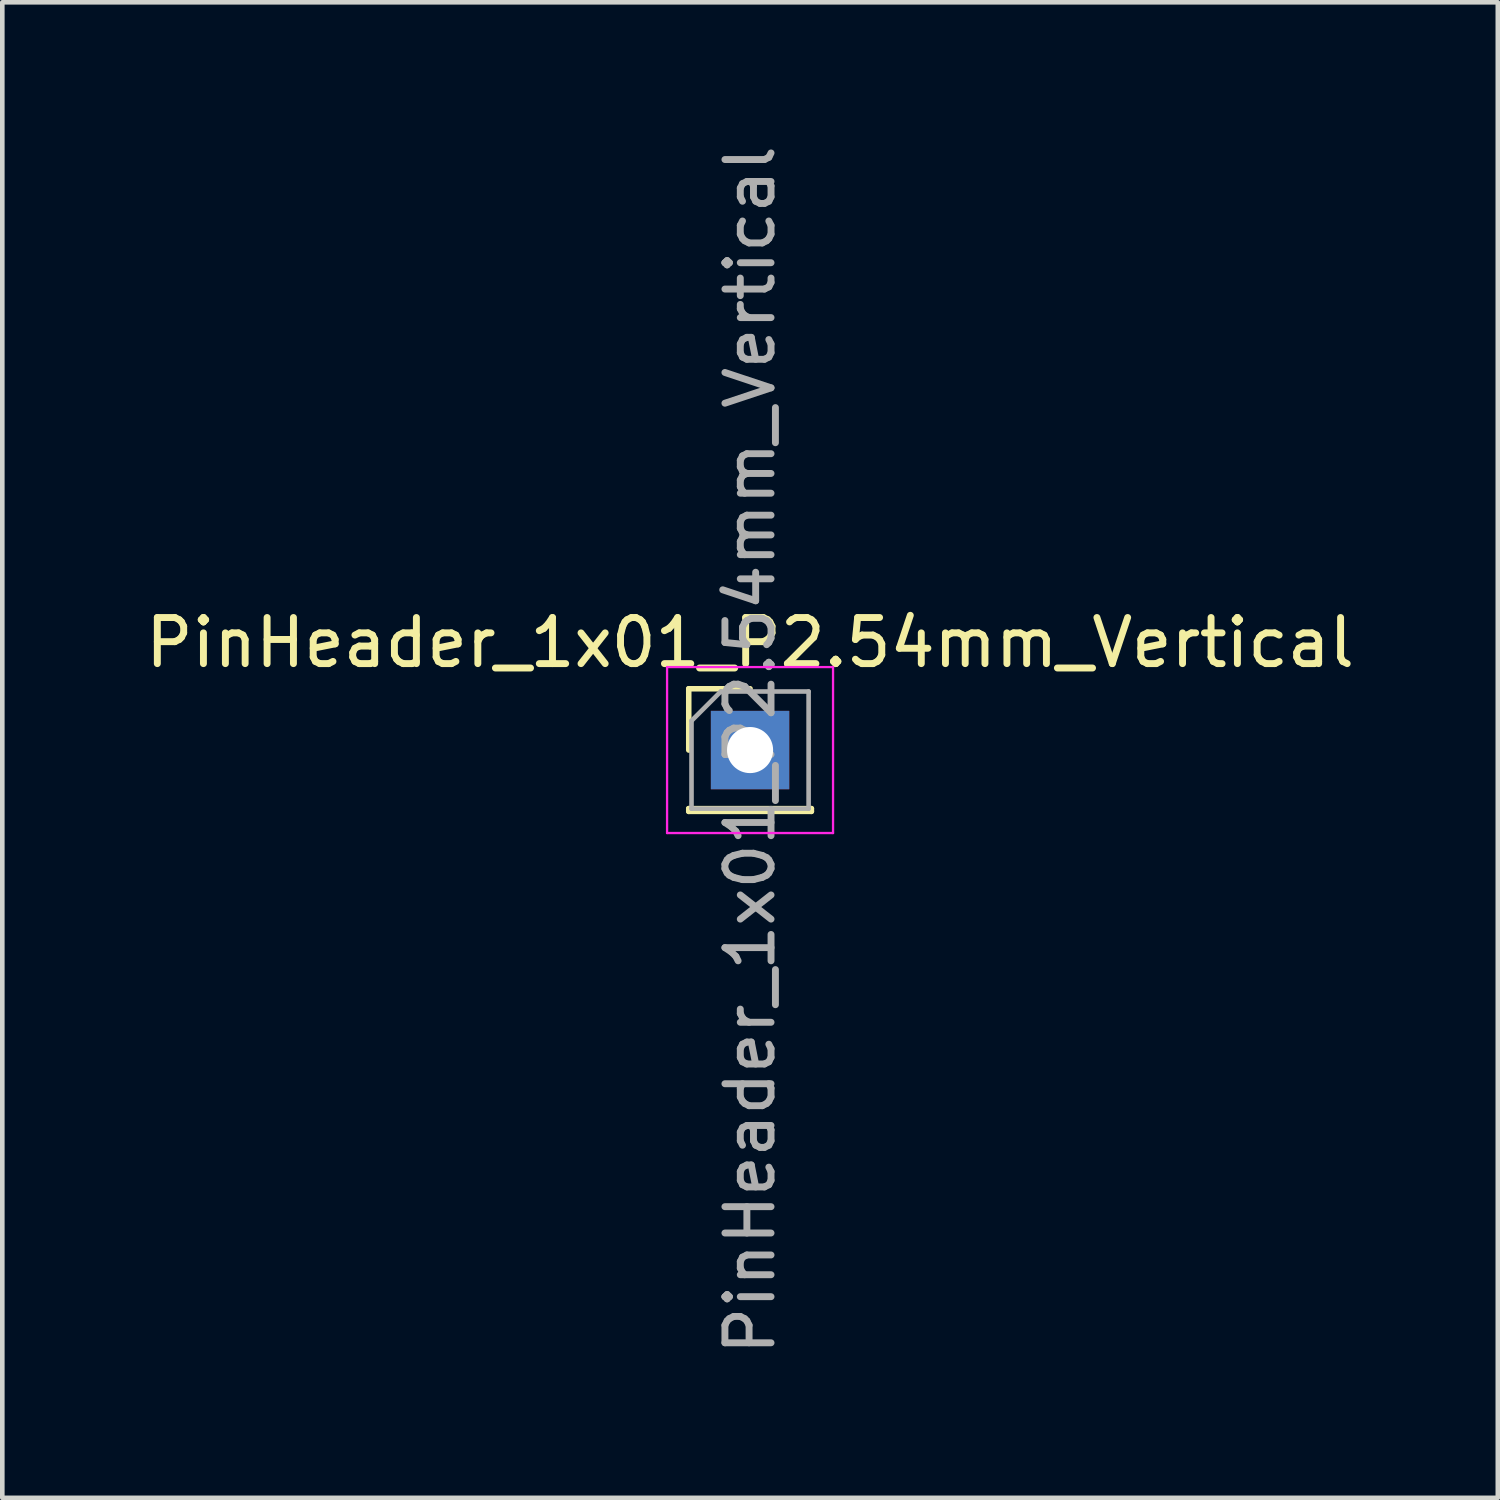
<source format=kicad_pcb>
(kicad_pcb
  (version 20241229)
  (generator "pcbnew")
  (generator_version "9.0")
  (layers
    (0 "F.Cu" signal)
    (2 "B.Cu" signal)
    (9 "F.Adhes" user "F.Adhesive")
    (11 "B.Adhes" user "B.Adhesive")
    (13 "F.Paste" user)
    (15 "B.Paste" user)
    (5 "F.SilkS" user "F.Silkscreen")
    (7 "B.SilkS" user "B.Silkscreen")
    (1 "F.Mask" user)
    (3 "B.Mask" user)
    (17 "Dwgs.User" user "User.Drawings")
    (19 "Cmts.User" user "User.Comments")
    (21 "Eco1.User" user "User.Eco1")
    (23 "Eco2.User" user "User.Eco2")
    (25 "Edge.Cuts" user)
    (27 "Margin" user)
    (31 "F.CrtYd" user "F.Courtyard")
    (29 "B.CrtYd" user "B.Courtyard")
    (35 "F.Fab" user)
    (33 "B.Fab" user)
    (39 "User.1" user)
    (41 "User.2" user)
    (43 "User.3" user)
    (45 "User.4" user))
  (footprint "PinHeader_1x01_P2.54mm_Vertical"
    (layer "F.Cu")
    (at 13.22 13.22)
    (property "Reference" "PinHeader_1x01_P2.54mm_Vertical" (at 0 -2.33 0) (layer "F.SilkS") (effects (font (size 1 1) (thickness 0.15))))
    (attr through_hole)
    (fp_line (start -1.33 -1.33) (end 0 -1.33) (stroke (width 0.12) (type solid)) (layer "F.SilkS"))
    (fp_line (start -1.33 0) (end -1.33 -1.33) (stroke (width 0.12) (type solid)) (layer "F.SilkS"))
    (fp_line (start -1.33 1.27) (end -1.33 1.33) (stroke (width 0.12) (type solid)) (layer "F.SilkS"))
    (fp_line (start -1.33 1.27) (end 1.33 1.27) (stroke (width 0.12) (type solid)) (layer "F.SilkS"))
    (fp_line (start -1.33 1.33) (end 1.33 1.33) (stroke (width 0.12) (type solid)) (layer "F.SilkS"))
    (fp_line (start 1.33 1.27) (end 1.33 1.33) (stroke (width 0.12) (type solid)) (layer "F.SilkS"))
    (fp_line (start -1.8 -1.8) (end -1.8 1.8) (stroke (width 0.05) (type solid)) (layer "F.CrtYd"))
    (fp_line (start -1.8 1.8) (end 1.8 1.8) (stroke (width 0.05) (type solid)) (layer "F.CrtYd"))
    (fp_line (start 1.8 -1.8) (end -1.8 -1.8) (stroke (width 0.05) (type solid)) (layer "F.CrtYd"))
    (fp_line (start 1.8 1.8) (end 1.8 -1.8) (stroke (width 0.05) (type solid)) (layer "F.CrtYd"))
    (fp_line (start -1.27 -0.635) (end -0.635 -1.27) (stroke (width 0.1) (type solid)) (layer "F.Fab"))
    (fp_line (start -1.27 1.27) (end -1.27 -0.635) (stroke (width 0.1) (type solid)) (layer "F.Fab"))
    (fp_line (start -0.635 -1.27) (end 1.27 -1.27) (stroke (width 0.1) (type solid)) (layer "F.Fab"))
    (fp_line (start 1.27 -1.27) (end 1.27 1.27) (stroke (width 0.1) (type solid)) (layer "F.Fab"))
    (fp_line (start 1.27 1.27) (end -1.27 1.27) (stroke (width 0.1) (type solid)) (layer "F.Fab"))
    (fp_text user "${REFERENCE}" (at 0 0 90) (layer "F.Fab") (effects (font (size 1 1) (thickness 0.15))))
    (pad "1" thru_hole rect (at 0 0) (size 1.7 1.7) (drill 1) (layers "*.Cu" "*.Mask")))
  (gr_rect
    (start -3 -3)
    (end 29.44 29.44)
    (stroke (width 0.1) (type default))
    (fill no)
    (layer "Edge.Cuts")))
</source>
